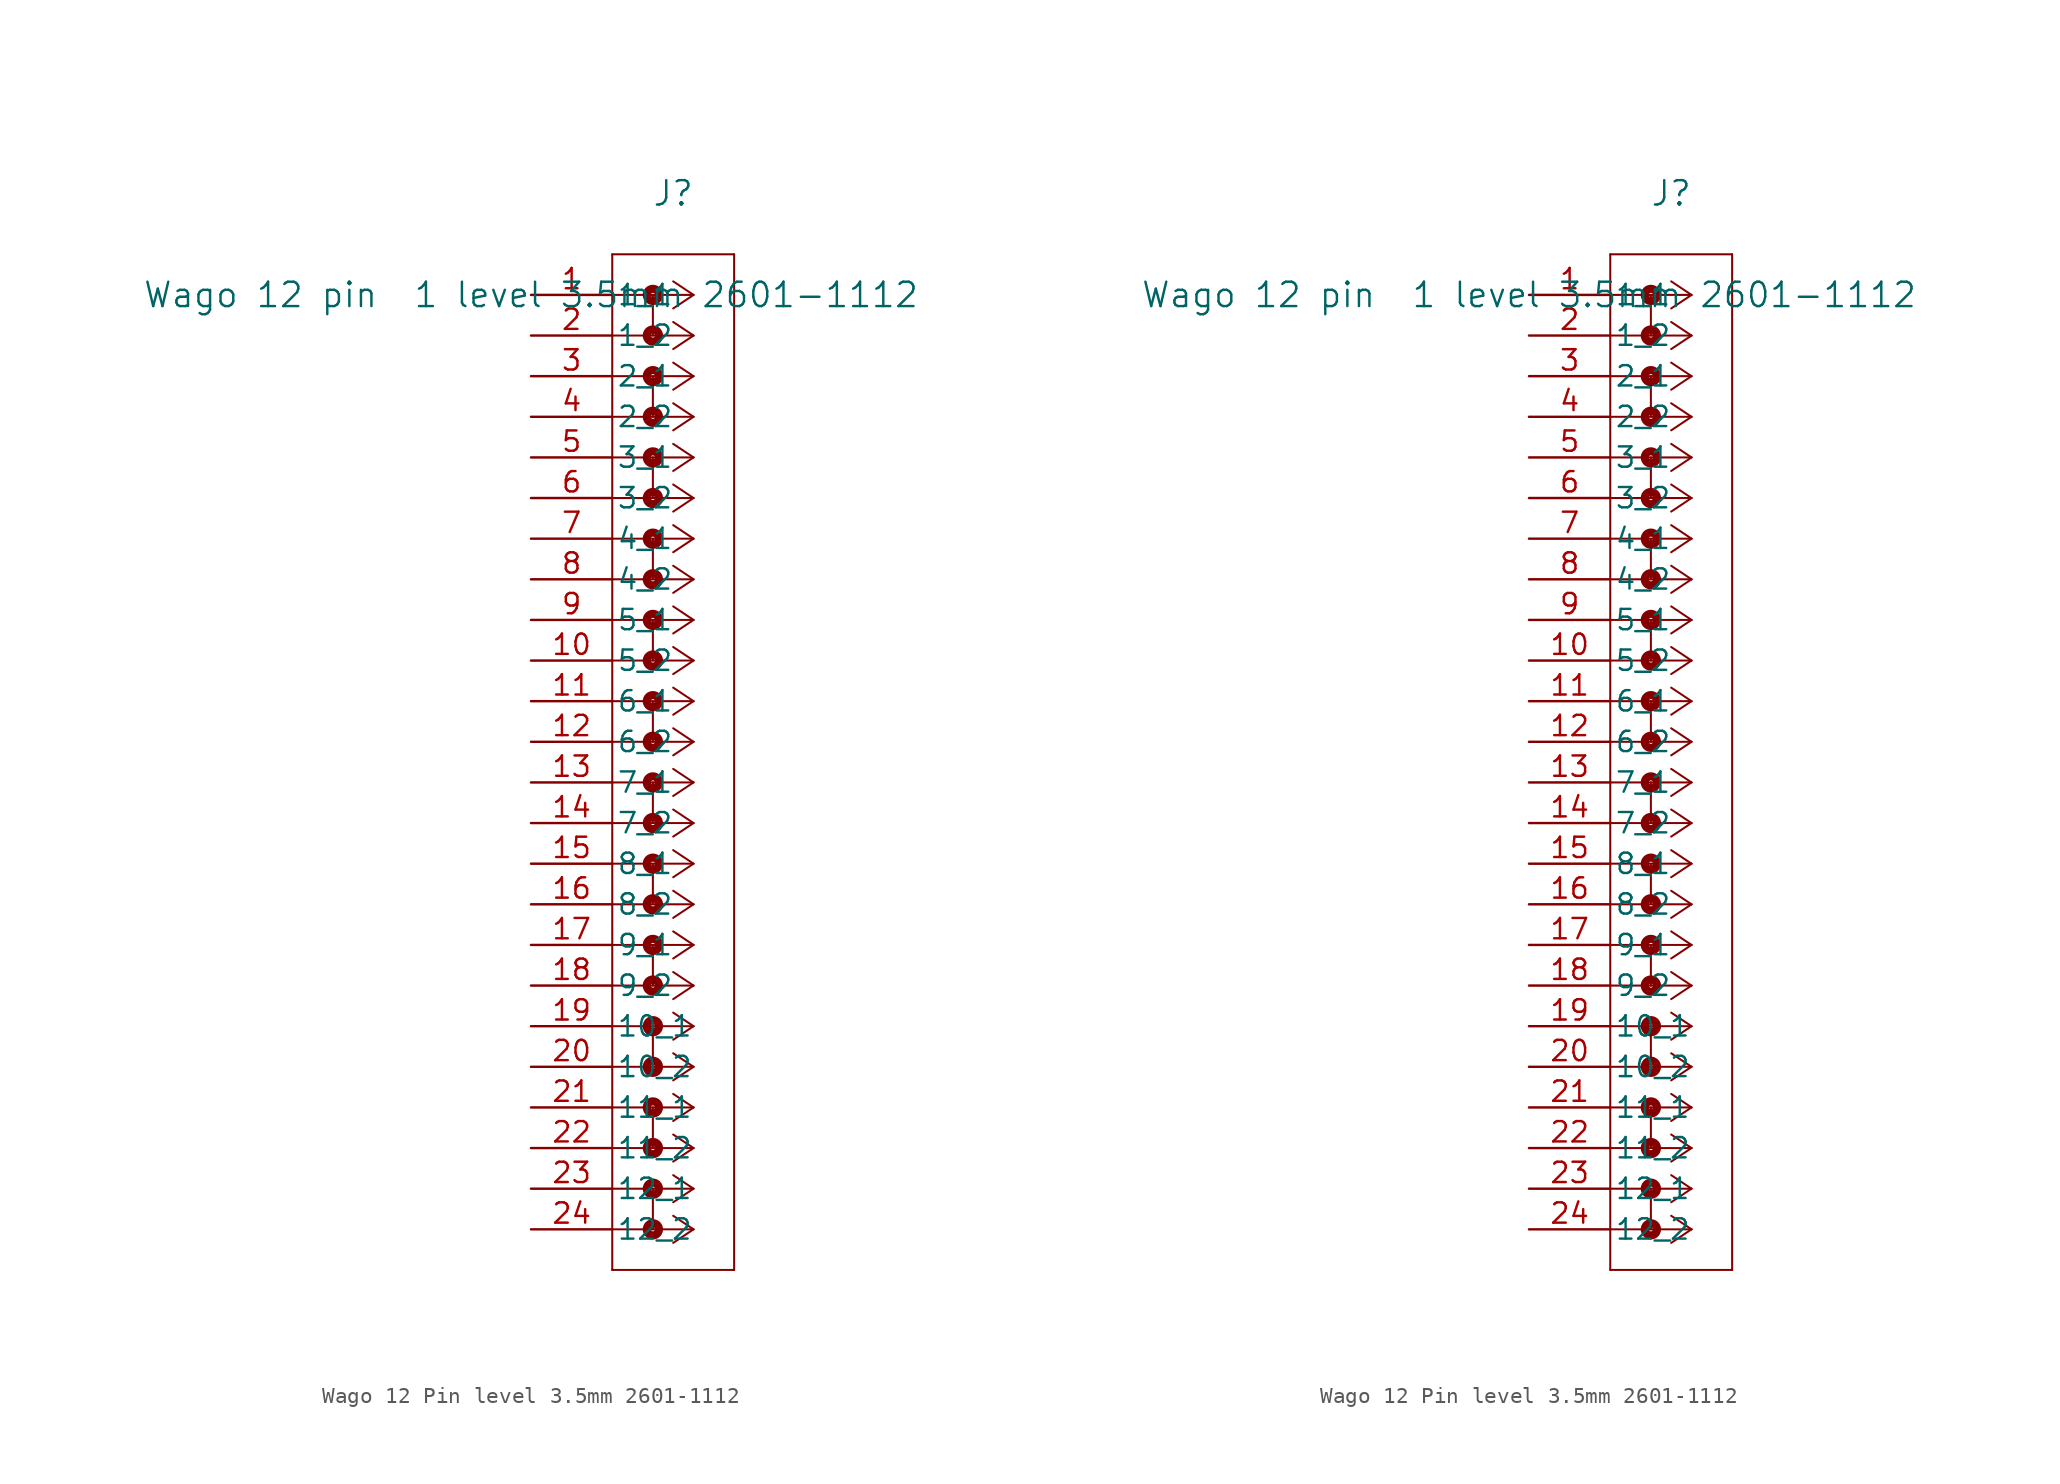
<source format=kicad_sym>
(kicad_symbol_lib
  (version 20241209)
  (generator "kicad_symbol_editor")
  (generator_version "9.0")
  (symbol "Wago 12 Pin level 3.5mm 2601-1112"
    (pin_names
      (offset 0.254))
    (property "Reference" "J"
      (at 8.89 6.35 0)
      (effects (font (size 1.524 1.524))))
    (property "Value" "Wago 12 pin  1 level 3.5mm 2601-1112"
      (at 0 0 0)
      (effects (font (size 1.524 1.524))))
    (symbol "Wago 12 Pin level 3.5mm 2601-1112_1_1"
      (polyline (pts (xy 5.08 2.54) (xy 5.08 -60.96)) (stroke (width 0.127) (type default)) (fill (type none)))
      (polyline (pts (xy 5.08 -60.96) (xy 12.7 -60.96)) (stroke (width 0.127) (type default)) (fill (type none)))
      (polyline (pts (xy 7.62 0) (xy 7.62 -2.54)) (stroke (width 0.127) (type default)) (fill (type none)))
      (circle (center 7.62 0) (radius 0.127) (stroke (width 0.508) (type default)) (fill (type none)))
      (circle (center 7.62 -2.54) (radius 0.127) (stroke (width 0.508) (type default)) (fill (type none)))
      (polyline (pts (xy 7.62 -5.08) (xy 7.62 -7.62)) (stroke (width 0.127) (type default)) (fill (type none)))
      (circle (center 7.62 -5.08) (radius 0.127) (stroke (width 0.508) (type default)) (fill (type none)))
      (circle (center 7.62 -7.62) (radius 0.127) (stroke (width 0.508) (type default)) (fill (type none)))
      (polyline (pts (xy 7.62 -10.16) (xy 7.62 -12.7)) (stroke (width 0.127) (type default)) (fill (type none)))
      (circle (center 7.62 -10.16) (radius 0.127) (stroke (width 0.508) (type default)) (fill (type none)))
      (circle (center 7.62 -12.7) (radius 0.127) (stroke (width 0.508) (type default)) (fill (type none)))
      (polyline (pts (xy 7.62 -15.24) (xy 7.62 -17.78)) (stroke (width 0.127) (type default)) (fill (type none)))
      (circle (center 7.62 -15.24) (radius 0.127) (stroke (width 0.508) (type default)) (fill (type none)))
      (circle (center 7.62 -17.78) (radius 0.127) (stroke (width 0.508) (type default)) (fill (type none)))
      (polyline (pts (xy 7.62 -20.32) (xy 7.62 -22.86)) (stroke (width 0.127) (type default)) (fill (type none)))
      (circle (center 7.62 -20.32) (radius 0.127) (stroke (width 0.508) (type default)) (fill (type none)))
      (circle (center 7.62 -22.86) (radius 0.127) (stroke (width 0.508) (type default)) (fill (type none)))
      (polyline (pts (xy 7.62 -25.4) (xy 7.62 -27.94)) (stroke (width 0.127) (type default)) (fill (type none)))
      (circle (center 7.62 -25.4) (radius 0.127) (stroke (width 0.508) (type default)) (fill (type none)))
      (circle (center 7.62 -27.94) (radius 0.127) (stroke (width 0.508) (type default)) (fill (type none)))
      (polyline (pts (xy 7.62 -30.48) (xy 7.62 -33.02)) (stroke (width 0.127) (type default)) (fill (type none)))
      (circle (center 7.62 -30.48) (radius 0.127) (stroke (width 0.508) (type default)) (fill (type none)))
      (circle (center 7.62 -33.02) (radius 0.127) (stroke (width 0.508) (type default)) (fill (type none)))
      (polyline (pts (xy 7.62 -35.56) (xy 7.62 -38.1)) (stroke (width 0.127) (type default)) (fill (type none)))
      (circle (center 7.62 -35.56) (radius 0.127) (stroke (width 0.508) (type default)) (fill (type none)))
      (circle (center 7.62 -38.1) (radius 0.127) (stroke (width 0.508) (type default)) (fill (type none)))
      (polyline (pts (xy 7.62 -40.64) (xy 7.62 -43.18)) (stroke (width 0.127) (type default)) (fill (type none)))
      (circle (center 7.62 -40.64) (radius 0.127) (stroke (width 0.508) (type default)) (fill (type none)))
      (circle (center 7.62 -43.18) (radius 0.127) (stroke (width 0.508) (type default)) (fill (type none)))
      (polyline (pts (xy 7.62 -45.72) (xy 7.62 -48.26)) (stroke (width 0.127) (type default)) (fill (type none)))
      (circle (center 7.62 -45.72) (radius 0.127) (stroke (width 0.508) (type default)) (fill (type none)))
      (circle (center 7.62 -48.26) (radius 0.127) (stroke (width 0.508) (type default)) (fill (type none)))
      (polyline (pts (xy 7.62 -50.8) (xy 7.62 -53.34)) (stroke (width 0.127) (type default)) (fill (type none)))
      (circle (center 7.62 -50.8) (radius 0.127) (stroke (width 0.508) (type default)) (fill (type none)))
      (circle (center 7.62 -53.34) (radius 0.127) (stroke (width 0.508) (type default)) (fill (type none)))
      (polyline (pts (xy 7.62 -55.88) (xy 7.62 -58.42)) (stroke (width 0.127) (type default)) (fill (type none)))
      (circle (center 7.62 -55.88) (radius 0.127) (stroke (width 0.508) (type default)) (fill (type none)))
      (circle (center 7.62 -58.42) (radius 0.127) (stroke (width 0.508) (type default)) (fill (type none)))
      (polyline (pts (xy 10.16 0) (xy 5.08 0)) (stroke (width 0.127) (type default)) (fill (type none)))
      (polyline (pts (xy 10.16 0) (xy 8.89 0.847)) (stroke (width 0.127) (type default)) (fill (type none)))
      (polyline (pts (xy 10.16 0) (xy 8.89 -0.847)) (stroke (width 0.127) (type default)) (fill (type none)))
      (polyline (pts (xy 10.16 -2.54) (xy 5.08 -2.54)) (stroke (width 0.127) (type default)) (fill (type none)))
      (polyline (pts (xy 10.16 -2.54) (xy 8.89 -1.693)) (stroke (width 0.127) (type default)) (fill (type none)))
      (polyline (pts (xy 10.16 -2.54) (xy 8.89 -3.387)) (stroke (width 0.127) (type default)) (fill (type none)))
      (polyline (pts (xy 10.16 -5.08) (xy 5.08 -5.08)) (stroke (width 0.127) (type default)) (fill (type none)))
      (polyline (pts (xy 10.16 -5.08) (xy 8.89 -4.233)) (stroke (width 0.127) (type default)) (fill (type none)))
      (polyline (pts (xy 10.16 -5.08) (xy 8.89 -5.927)) (stroke (width 0.127) (type default)) (fill (type none)))
      (polyline (pts (xy 10.16 -7.62) (xy 5.08 -7.62)) (stroke (width 0.127) (type default)) (fill (type none)))
      (polyline (pts (xy 10.16 -7.62) (xy 8.89 -6.773)) (stroke (width 0.127) (type default)) (fill (type none)))
      (polyline (pts (xy 10.16 -7.62) (xy 8.89 -8.467)) (stroke (width 0.127) (type default)) (fill (type none)))
      (polyline (pts (xy 10.16 -10.16) (xy 5.08 -10.16)) (stroke (width 0.127) (type default)) (fill (type none)))
      (polyline (pts (xy 10.16 -10.16) (xy 8.89 -9.313)) (stroke (width 0.127) (type default)) (fill (type none)))
      (polyline (pts (xy 10.16 -10.16) (xy 8.89 -11.007)) (stroke (width 0.127) (type default)) (fill (type none)))
      (polyline (pts (xy 10.16 -12.7) (xy 5.08 -12.7)) (stroke (width 0.127) (type default)) (fill (type none)))
      (polyline (pts (xy 10.16 -12.7) (xy 8.89 -11.853)) (stroke (width 0.127) (type default)) (fill (type none)))
      (polyline (pts (xy 10.16 -12.7) (xy 8.89 -13.547)) (stroke (width 0.127) (type default)) (fill (type none)))
      (polyline (pts (xy 10.16 -15.24) (xy 5.08 -15.24)) (stroke (width 0.127) (type default)) (fill (type none)))
      (polyline (pts (xy 10.16 -15.24) (xy 8.89 -14.393)) (stroke (width 0.127) (type default)) (fill (type none)))
      (polyline (pts (xy 10.16 -15.24) (xy 8.89 -16.087)) (stroke (width 0.127) (type default)) (fill (type none)))
      (polyline (pts (xy 10.16 -17.78) (xy 5.08 -17.78)) (stroke (width 0.127) (type default)) (fill (type none)))
      (polyline (pts (xy 10.16 -17.78) (xy 8.89 -16.933)) (stroke (width 0.127) (type default)) (fill (type none)))
      (polyline (pts (xy 10.16 -17.78) (xy 8.89 -18.627)) (stroke (width 0.127) (type default)) (fill (type none)))
      (polyline (pts (xy 10.16 -20.32) (xy 5.08 -20.32)) (stroke (width 0.127) (type default)) (fill (type none)))
      (polyline (pts (xy 10.16 -20.32) (xy 8.89 -19.473)) (stroke (width 0.127) (type default)) (fill (type none)))
      (polyline (pts (xy 10.16 -20.32) (xy 8.89 -21.167)) (stroke (width 0.127) (type default)) (fill (type none)))
      (polyline (pts (xy 10.16 -22.86) (xy 5.08 -22.86)) (stroke (width 0.127) (type default)) (fill (type none)))
      (polyline (pts (xy 10.16 -22.86) (xy 8.89 -22.013)) (stroke (width 0.127) (type default)) (fill (type none)))
      (polyline (pts (xy 10.16 -22.86) (xy 8.89 -23.707)) (stroke (width 0.127) (type default)) (fill (type none)))
      (polyline (pts (xy 10.16 -25.4) (xy 5.08 -25.4)) (stroke (width 0.127) (type default)) (fill (type none)))
      (polyline (pts (xy 10.16 -25.4) (xy 8.89 -24.553)) (stroke (width 0.127) (type default)) (fill (type none)))
      (polyline (pts (xy 10.16 -25.4) (xy 8.89 -26.247)) (stroke (width 0.127) (type default)) (fill (type none)))
      (polyline (pts (xy 10.16 -27.94) (xy 5.08 -27.94)) (stroke (width 0.127) (type default)) (fill (type none)))
      (polyline (pts (xy 10.16 -27.94) (xy 8.89 -27.093)) (stroke (width 0.127) (type default)) (fill (type none)))
      (polyline (pts (xy 10.16 -27.94) (xy 8.89 -28.787)) (stroke (width 0.127) (type default)) (fill (type none)))
      (polyline (pts (xy 10.16 -30.48) (xy 5.08 -30.48)) (stroke (width 0.127) (type default)) (fill (type none)))
      (polyline (pts (xy 10.16 -30.48) (xy 8.89 -29.633)) (stroke (width 0.127) (type default)) (fill (type none)))
      (polyline (pts (xy 10.16 -30.48) (xy 8.89 -31.327)) (stroke (width 0.127) (type default)) (fill (type none)))
      (polyline (pts (xy 10.16 -33.02) (xy 5.08 -33.02)) (stroke (width 0.127) (type default)) (fill (type none)))
      (polyline (pts (xy 10.16 -33.02) (xy 8.89 -32.173)) (stroke (width 0.127) (type default)) (fill (type none)))
      (polyline (pts (xy 10.16 -33.02) (xy 8.89 -33.867)) (stroke (width 0.127) (type default)) (fill (type none)))
      (polyline (pts (xy 10.16 -35.56) (xy 5.08 -35.56)) (stroke (width 0.127) (type default)) (fill (type none)))
      (polyline (pts (xy 10.16 -35.56) (xy 8.89 -34.713)) (stroke (width 0.127) (type default)) (fill (type none)))
      (polyline (pts (xy 10.16 -35.56) (xy 8.89 -36.407)) (stroke (width 0.127) (type default)) (fill (type none)))
      (polyline (pts (xy 10.16 -38.1) (xy 5.08 -38.1)) (stroke (width 0.127) (type default)) (fill (type none)))
      (polyline (pts (xy 10.16 -38.1) (xy 8.89 -37.253)) (stroke (width 0.127) (type default)) (fill (type none)))
      (polyline (pts (xy 10.16 -38.1) (xy 8.89 -38.947)) (stroke (width 0.127) (type default)) (fill (type none)))
      (polyline (pts (xy 10.16 -40.64) (xy 5.08 -40.64)) (stroke (width 0.127) (type default)) (fill (type none)))
      (polyline (pts (xy 10.16 -40.64) (xy 8.89 -39.793)) (stroke (width 0.127) (type default)) (fill (type none)))
      (polyline (pts (xy 10.16 -40.64) (xy 8.89 -41.487)) (stroke (width 0.127) (type default)) (fill (type none)))
      (polyline (pts (xy 10.16 -43.18) (xy 5.08 -43.18)) (stroke (width 0.127) (type default)) (fill (type none)))
      (polyline (pts (xy 10.16 -43.18) (xy 8.89 -42.333)) (stroke (width 0.127) (type default)) (fill (type none)))
      (polyline (pts (xy 10.16 -43.18) (xy 8.89 -44.027)) (stroke (width 0.127) (type default)) (fill (type none)))
      (polyline (pts (xy 10.16 -45.72) (xy 5.08 -45.72)) (stroke (width 0.127) (type default)) (fill (type none)))
      (polyline (pts (xy 10.16 -45.72) (xy 8.89 -44.873)) (stroke (width 0.127) (type default)) (fill (type none)))
      (polyline (pts (xy 10.16 -45.72) (xy 8.89 -46.567)) (stroke (width 0.127) (type default)) (fill (type none)))
      (polyline (pts (xy 10.16 -48.26) (xy 5.08 -48.26)) (stroke (width 0.127) (type default)) (fill (type none)))
      (polyline (pts (xy 10.16 -48.26) (xy 8.89 -47.413)) (stroke (width 0.127) (type default)) (fill (type none)))
      (polyline (pts (xy 10.16 -48.26) (xy 8.89 -49.107)) (stroke (width 0.127) (type default)) (fill (type none)))
      (polyline (pts (xy 10.16 -50.8) (xy 5.08 -50.8)) (stroke (width 0.127) (type default)) (fill (type none)))
      (polyline (pts (xy 10.16 -50.8) (xy 8.89 -49.953)) (stroke (width 0.127) (type default)) (fill (type none)))
      (polyline (pts (xy 10.16 -50.8) (xy 8.89 -51.647)) (stroke (width 0.127) (type default)) (fill (type none)))
      (polyline (pts (xy 10.16 -53.34) (xy 5.08 -53.34)) (stroke (width 0.127) (type default)) (fill (type none)))
      (polyline (pts (xy 10.16 -53.34) (xy 8.89 -52.493)) (stroke (width 0.127) (type default)) (fill (type none)))
      (polyline (pts (xy 10.16 -53.34) (xy 8.89 -54.187)) (stroke (width 0.127) (type default)) (fill (type none)))
      (polyline (pts (xy 10.16 -55.88) (xy 5.08 -55.88)) (stroke (width 0.127) (type default)) (fill (type none)))
      (polyline (pts (xy 10.16 -55.88) (xy 8.89 -55.033)) (stroke (width 0.127) (type default)) (fill (type none)))
      (polyline (pts (xy 10.16 -55.88) (xy 8.89 -56.727)) (stroke (width 0.127) (type default)) (fill (type none)))
      (polyline (pts (xy 10.16 -58.42) (xy 5.08 -58.42)) (stroke (width 0.127) (type default)) (fill (type none)))
      (polyline (pts (xy 10.16 -58.42) (xy 8.89 -57.573)) (stroke (width 0.127) (type default)) (fill (type none)))
      (polyline (pts (xy 10.16 -58.42) (xy 8.89 -59.267)) (stroke (width 0.127) (type default)) (fill (type none)))
      (polyline (pts (xy 12.7 2.54) (xy 5.08 2.54)) (stroke (width 0.127) (type default)) (fill (type none)))
      (polyline (pts (xy 12.7 -60.96) (xy 12.7 2.54)) (stroke (width 0.127) (type default)) (fill (type none)))
      (pin passive line (at 0 0 0) (length 5.08) (name "1_1" (effects (font (size 1.27 1.27)))) (number "1" (effects (font (size 1.27 1.27)))))
      (pin passive line (at 0 -2.54 0) (length 5.08) (name "1_2" (effects (font (size 1.27 1.27)))) (number "2" (effects (font (size 1.27 1.27)))))
      (pin passive line (at 0 -5.08 0) (length 5.08) (name "2_1" (effects (font (size 1.27 1.27)))) (number "3" (effects (font (size 1.27 1.27)))))
      (pin passive line (at 0 -7.62 0) (length 5.08) (name "2_2" (effects (font (size 1.27 1.27)))) (number "4" (effects (font (size 1.27 1.27)))))
      (pin passive line (at 0 -10.16 0) (length 5.08) (name "3_1" (effects (font (size 1.27 1.27)))) (number "5" (effects (font (size 1.27 1.27)))))
      (pin passive line (at 0 -12.7 0) (length 5.08) (name "3_2" (effects (font (size 1.27 1.27)))) (number "6" (effects (font (size 1.27 1.27)))))
      (pin passive line (at 0 -15.24 0) (length 5.08) (name "4_1" (effects (font (size 1.27 1.27)))) (number "7" (effects (font (size 1.27 1.27)))))
      (pin passive line (at 0 -17.78 0) (length 5.08) (name "4_2" (effects (font (size 1.27 1.27)))) (number "8" (effects (font (size 1.27 1.27)))))
      (pin passive line (at 0 -20.32 0) (length 5.08) (name "5_1" (effects (font (size 1.27 1.27)))) (number "9" (effects (font (size 1.27 1.27)))))
      (pin passive line (at 0 -22.86 0) (length 5.08) (name "5_2" (effects (font (size 1.27 1.27)))) (number "10" (effects (font (size 1.27 1.27)))))
      (pin passive line (at 0 -25.4 0) (length 5.08) (name "6_1" (effects (font (size 1.27 1.27)))) (number "11" (effects (font (size 1.27 1.27)))))
      (pin passive line (at 0 -27.94 0) (length 5.08) (name "6_2" (effects (font (size 1.27 1.27)))) (number "12" (effects (font (size 1.27 1.27)))))
      (pin passive line (at 0 -30.48 0) (length 5.08) (name "7_1" (effects (font (size 1.27 1.27)))) (number "13" (effects (font (size 1.27 1.27)))))
      (pin passive line (at 0 -33.02 0) (length 5.08) (name "7_2" (effects (font (size 1.27 1.27)))) (number "14" (effects (font (size 1.27 1.27)))))
      (pin passive line (at 0 -35.56 0) (length 5.08) (name "8_1" (effects (font (size 1.27 1.27)))) (number "15" (effects (font (size 1.27 1.27)))))
      (pin passive line (at 0 -38.1 0) (length 5.08) (name "8_2" (effects (font (size 1.27 1.27)))) (number "16" (effects (font (size 1.27 1.27)))))
      (pin passive line (at 0 -40.64 0) (length 5.08) (name "9_1" (effects (font (size 1.27 1.27)))) (number "17" (effects (font (size 1.27 1.27)))))
      (pin passive line (at 0 -43.18 0) (length 5.08) (name "9_2" (effects (font (size 1.27 1.27)))) (number "18" (effects (font (size 1.27 1.27)))))
      (pin passive line (at 0 -45.72 0) (length 5.08) (name "10_1" (effects (font (size 1.27 1.27)))) (number "19" (effects (font (size 1.27 1.27)))))
      (pin passive line (at 0 -48.26 0) (length 5.08) (name "10_2" (effects (font (size 1.27 1.27)))) (number "20" (effects (font (size 1.27 1.27)))))
      (pin passive line (at 0 -50.8 0) (length 5.08) (name "11_1" (effects (font (size 1.27 1.27)))) (number "21" (effects (font (size 1.27 1.27)))))
      (pin passive line (at 0 -53.34 0) (length 5.08) (name "11_2" (effects (font (size 1.27 1.27)))) (number "22" (effects (font (size 1.27 1.27)))))
      (pin passive line (at 0 -55.88 0) (length 5.08) (name "12_1" (effects (font (size 1.27 1.27)))) (number "23" (effects (font (size 1.27 1.27)))))
      (pin passive line (at 0 -58.42 0) (length 5.08) (name "12_2" (effects (font (size 1.27 1.27)))) (number "24" (effects (font (size 1.27 1.27))))))
    (symbol "Wago 12 Pin level 3.5mm 2601-1112_1_2"
      (polyline (pts (xy 5.08 2.54) (xy 5.08 -60.96)) (stroke (width 0.127) (type default)) (fill (type none)))
      (polyline (pts (xy 5.08 -60.96) (xy 12.7 -60.96)) (stroke (width 0.127) (type default)) (fill (type none)))
      (polyline (pts (xy 7.62 0) (xy 7.62 -2.54)) (stroke (width 0.127) (type default)) (fill (type none)))
      (circle (center 7.62 0) (radius 0.127) (stroke (width 0.508) (type default)) (fill (type none)))
      (circle (center 7.62 -2.54) (radius 0.127) (stroke (width 0.508) (type default)) (fill (type none)))
      (polyline (pts (xy 7.62 -5.08) (xy 7.62 -7.62)) (stroke (width 0.127) (type default)) (fill (type none)))
      (circle (center 7.62 -5.08) (radius 0.127) (stroke (width 0.508) (type default)) (fill (type none)))
      (circle (center 7.62 -7.62) (radius 0.127) (stroke (width 0.508) (type default)) (fill (type none)))
      (polyline (pts (xy 7.62 -10.16) (xy 7.62 -12.7)) (stroke (width 0.127) (type default)) (fill (type none)))
      (circle (center 7.62 -10.16) (radius 0.127) (stroke (width 0.508) (type default)) (fill (type none)))
      (circle (center 7.62 -12.7) (radius 0.127) (stroke (width 0.508) (type default)) (fill (type none)))
      (polyline (pts (xy 7.62 -15.24) (xy 7.62 -17.78)) (stroke (width 0.127) (type default)) (fill (type none)))
      (circle (center 7.62 -15.24) (radius 0.127) (stroke (width 0.508) (type default)) (fill (type none)))
      (circle (center 7.62 -17.78) (radius 0.127) (stroke (width 0.508) (type default)) (fill (type none)))
      (polyline (pts (xy 7.62 -20.32) (xy 7.62 -22.86)) (stroke (width 0.127) (type default)) (fill (type none)))
      (circle (center 7.62 -20.32) (radius 0.127) (stroke (width 0.508) (type default)) (fill (type none)))
      (circle (center 7.62 -22.86) (radius 0.127) (stroke (width 0.508) (type default)) (fill (type none)))
      (polyline (pts (xy 7.62 -25.4) (xy 7.62 -27.94)) (stroke (width 0.127) (type default)) (fill (type none)))
      (circle (center 7.62 -25.4) (radius 0.127) (stroke (width 0.508) (type default)) (fill (type none)))
      (circle (center 7.62 -27.94) (radius 0.127) (stroke (width 0.508) (type default)) (fill (type none)))
      (polyline (pts (xy 7.62 -30.48) (xy 7.62 -33.02)) (stroke (width 0.127) (type default)) (fill (type none)))
      (circle (center 7.62 -30.48) (radius 0.127) (stroke (width 0.508) (type default)) (fill (type none)))
      (circle (center 7.62 -33.02) (radius 0.127) (stroke (width 0.508) (type default)) (fill (type none)))
      (polyline (pts (xy 7.62 -35.56) (xy 7.62 -38.1)) (stroke (width 0.127) (type default)) (fill (type none)))
      (circle (center 7.62 -35.56) (radius 0.127) (stroke (width 0.508) (type default)) (fill (type none)))
      (circle (center 7.62 -38.1) (radius 0.127) (stroke (width 0.508) (type default)) (fill (type none)))
      (polyline (pts (xy 7.62 -40.64) (xy 7.62 -43.18)) (stroke (width 0.127) (type default)) (fill (type none)))
      (circle (center 7.62 -40.64) (radius 0.127) (stroke (width 0.508) (type default)) (fill (type none)))
      (circle (center 7.62 -43.18) (radius 0.127) (stroke (width 0.508) (type default)) (fill (type none)))
      (polyline (pts (xy 7.62 -45.72) (xy 7.62 -48.26)) (stroke (width 0.127) (type default)) (fill (type none)))
      (circle (center 7.62 -45.72) (radius 0.127) (stroke (width 0.508) (type default)) (fill (type none)))
      (circle (center 7.62 -48.26) (radius 0.127) (stroke (width 0.508) (type default)) (fill (type none)))
      (polyline (pts (xy 7.62 -50.8) (xy 7.62 -53.34)) (stroke (width 0.127) (type default)) (fill (type none)))
      (circle (center 7.62 -50.8) (radius 0.127) (stroke (width 0.508) (type default)) (fill (type none)))
      (circle (center 7.62 -53.34) (radius 0.127) (stroke (width 0.508) (type default)) (fill (type none)))
      (polyline (pts (xy 7.62 -55.88) (xy 7.62 -58.42)) (stroke (width 0.127) (type default)) (fill (type none)))
      (circle (center 7.62 -55.88) (radius 0.127) (stroke (width 0.508) (type default)) (fill (type none)))
      (circle (center 7.62 -58.42) (radius 0.127) (stroke (width 0.508) (type default)) (fill (type none)))
      (polyline (pts (xy 10.16 0) (xy 5.08 0)) (stroke (width 0.127) (type default)) (fill (type none)))
      (polyline (pts (xy 10.16 0) (xy 8.89 0.847)) (stroke (width 0.127) (type default)) (fill (type none)))
      (polyline (pts (xy 10.16 0) (xy 8.89 -0.847)) (stroke (width 0.127) (type default)) (fill (type none)))
      (polyline (pts (xy 10.16 -2.54) (xy 5.08 -2.54)) (stroke (width 0.127) (type default)) (fill (type none)))
      (polyline (pts (xy 10.16 -2.54) (xy 8.89 -1.693)) (stroke (width 0.127) (type default)) (fill (type none)))
      (polyline (pts (xy 10.16 -2.54) (xy 8.89 -3.387)) (stroke (width 0.127) (type default)) (fill (type none)))
      (polyline (pts (xy 10.16 -5.08) (xy 5.08 -5.08)) (stroke (width 0.127) (type default)) (fill (type none)))
      (polyline (pts (xy 10.16 -5.08) (xy 8.89 -4.233)) (stroke (width 0.127) (type default)) (fill (type none)))
      (polyline (pts (xy 10.16 -5.08) (xy 8.89 -5.927)) (stroke (width 0.127) (type default)) (fill (type none)))
      (polyline (pts (xy 10.16 -7.62) (xy 5.08 -7.62)) (stroke (width 0.127) (type default)) (fill (type none)))
      (polyline (pts (xy 10.16 -7.62) (xy 8.89 -6.773)) (stroke (width 0.127) (type default)) (fill (type none)))
      (polyline (pts (xy 10.16 -7.62) (xy 8.89 -8.467)) (stroke (width 0.127) (type default)) (fill (type none)))
      (polyline (pts (xy 10.16 -10.16) (xy 5.08 -10.16)) (stroke (width 0.127) (type default)) (fill (type none)))
      (polyline (pts (xy 10.16 -10.16) (xy 8.89 -9.313)) (stroke (width 0.127) (type default)) (fill (type none)))
      (polyline (pts (xy 10.16 -10.16) (xy 8.89 -11.007)) (stroke (width 0.127) (type default)) (fill (type none)))
      (polyline (pts (xy 10.16 -12.7) (xy 5.08 -12.7)) (stroke (width 0.127) (type default)) (fill (type none)))
      (polyline (pts (xy 10.16 -12.7) (xy 8.89 -11.853)) (stroke (width 0.127) (type default)) (fill (type none)))
      (polyline (pts (xy 10.16 -12.7) (xy 8.89 -13.547)) (stroke (width 0.127) (type default)) (fill (type none)))
      (polyline (pts (xy 10.16 -15.24) (xy 5.08 -15.24)) (stroke (width 0.127) (type default)) (fill (type none)))
      (polyline (pts (xy 10.16 -15.24) (xy 8.89 -14.393)) (stroke (width 0.127) (type default)) (fill (type none)))
      (polyline (pts (xy 10.16 -15.24) (xy 8.89 -16.087)) (stroke (width 0.127) (type default)) (fill (type none)))
      (polyline (pts (xy 10.16 -17.78) (xy 5.08 -17.78)) (stroke (width 0.127) (type default)) (fill (type none)))
      (polyline (pts (xy 10.16 -17.78) (xy 8.89 -16.933)) (stroke (width 0.127) (type default)) (fill (type none)))
      (polyline (pts (xy 10.16 -17.78) (xy 8.89 -18.627)) (stroke (width 0.127) (type default)) (fill (type none)))
      (polyline (pts (xy 10.16 -20.32) (xy 5.08 -20.32)) (stroke (width 0.127) (type default)) (fill (type none)))
      (polyline (pts (xy 10.16 -20.32) (xy 8.89 -19.473)) (stroke (width 0.127) (type default)) (fill (type none)))
      (polyline (pts (xy 10.16 -20.32) (xy 8.89 -21.167)) (stroke (width 0.127) (type default)) (fill (type none)))
      (polyline (pts (xy 10.16 -22.86) (xy 5.08 -22.86)) (stroke (width 0.127) (type default)) (fill (type none)))
      (polyline (pts (xy 10.16 -22.86) (xy 8.89 -22.013)) (stroke (width 0.127) (type default)) (fill (type none)))
      (polyline (pts (xy 10.16 -22.86) (xy 8.89 -23.707)) (stroke (width 0.127) (type default)) (fill (type none)))
      (polyline (pts (xy 10.16 -25.4) (xy 5.08 -25.4)) (stroke (width 0.127) (type default)) (fill (type none)))
      (polyline (pts (xy 10.16 -25.4) (xy 8.89 -24.553)) (stroke (width 0.127) (type default)) (fill (type none)))
      (polyline (pts (xy 10.16 -25.4) (xy 8.89 -26.247)) (stroke (width 0.127) (type default)) (fill (type none)))
      (polyline (pts (xy 10.16 -27.94) (xy 5.08 -27.94)) (stroke (width 0.127) (type default)) (fill (type none)))
      (polyline (pts (xy 10.16 -27.94) (xy 8.89 -27.093)) (stroke (width 0.127) (type default)) (fill (type none)))
      (polyline (pts (xy 10.16 -27.94) (xy 8.89 -28.787)) (stroke (width 0.127) (type default)) (fill (type none)))
      (polyline (pts (xy 10.16 -30.48) (xy 5.08 -30.48)) (stroke (width 0.127) (type default)) (fill (type none)))
      (polyline (pts (xy 10.16 -30.48) (xy 8.89 -29.633)) (stroke (width 0.127) (type default)) (fill (type none)))
      (polyline (pts (xy 10.16 -30.48) (xy 8.89 -31.327)) (stroke (width 0.127) (type default)) (fill (type none)))
      (polyline (pts (xy 10.16 -33.02) (xy 5.08 -33.02)) (stroke (width 0.127) (type default)) (fill (type none)))
      (polyline (pts (xy 10.16 -33.02) (xy 8.89 -32.173)) (stroke (width 0.127) (type default)) (fill (type none)))
      (polyline (pts (xy 10.16 -33.02) (xy 8.89 -33.867)) (stroke (width 0.127) (type default)) (fill (type none)))
      (polyline (pts (xy 10.16 -35.56) (xy 5.08 -35.56)) (stroke (width 0.127) (type default)) (fill (type none)))
      (polyline (pts (xy 10.16 -35.56) (xy 8.89 -34.713)) (stroke (width 0.127) (type default)) (fill (type none)))
      (polyline (pts (xy 10.16 -35.56) (xy 8.89 -36.407)) (stroke (width 0.127) (type default)) (fill (type none)))
      (polyline (pts (xy 10.16 -38.1) (xy 5.08 -38.1)) (stroke (width 0.127) (type default)) (fill (type none)))
      (polyline (pts (xy 10.16 -38.1) (xy 8.89 -37.253)) (stroke (width 0.127) (type default)) (fill (type none)))
      (polyline (pts (xy 10.16 -38.1) (xy 8.89 -38.947)) (stroke (width 0.127) (type default)) (fill (type none)))
      (polyline (pts (xy 10.16 -40.64) (xy 5.08 -40.64)) (stroke (width 0.127) (type default)) (fill (type none)))
      (polyline (pts (xy 10.16 -40.64) (xy 8.89 -39.793)) (stroke (width 0.127) (type default)) (fill (type none)))
      (polyline (pts (xy 10.16 -40.64) (xy 8.89 -41.487)) (stroke (width 0.127) (type default)) (fill (type none)))
      (polyline (pts (xy 10.16 -43.18) (xy 5.08 -43.18)) (stroke (width 0.127) (type default)) (fill (type none)))
      (polyline (pts (xy 10.16 -43.18) (xy 8.89 -42.333)) (stroke (width 0.127) (type default)) (fill (type none)))
      (polyline (pts (xy 10.16 -43.18) (xy 8.89 -44.027)) (stroke (width 0.127) (type default)) (fill (type none)))
      (polyline (pts (xy 10.16 -45.72) (xy 5.08 -45.72)) (stroke (width 0.127) (type default)) (fill (type none)))
      (polyline (pts (xy 10.16 -45.72) (xy 8.89 -44.873)) (stroke (width 0.127) (type default)) (fill (type none)))
      (polyline (pts (xy 10.16 -45.72) (xy 8.89 -46.567)) (stroke (width 0.127) (type default)) (fill (type none)))
      (polyline (pts (xy 10.16 -48.26) (xy 5.08 -48.26)) (stroke (width 0.127) (type default)) (fill (type none)))
      (polyline (pts (xy 10.16 -48.26) (xy 8.89 -47.413)) (stroke (width 0.127) (type default)) (fill (type none)))
      (polyline (pts (xy 10.16 -48.26) (xy 8.89 -49.107)) (stroke (width 0.127) (type default)) (fill (type none)))
      (polyline (pts (xy 10.16 -50.8) (xy 5.08 -50.8)) (stroke (width 0.127) (type default)) (fill (type none)))
      (polyline (pts (xy 10.16 -50.8) (xy 8.89 -49.953)) (stroke (width 0.127) (type default)) (fill (type none)))
      (polyline (pts (xy 10.16 -50.8) (xy 8.89 -51.647)) (stroke (width 0.127) (type default)) (fill (type none)))
      (polyline (pts (xy 10.16 -53.34) (xy 5.08 -53.34)) (stroke (width 0.127) (type default)) (fill (type none)))
      (polyline (pts (xy 10.16 -53.34) (xy 8.89 -52.493)) (stroke (width 0.127) (type default)) (fill (type none)))
      (polyline (pts (xy 10.16 -53.34) (xy 8.89 -54.187)) (stroke (width 0.127) (type default)) (fill (type none)))
      (polyline (pts (xy 10.16 -55.88) (xy 5.08 -55.88)) (stroke (width 0.127) (type default)) (fill (type none)))
      (polyline (pts (xy 10.16 -55.88) (xy 8.89 -55.033)) (stroke (width 0.127) (type default)) (fill (type none)))
      (polyline (pts (xy 10.16 -55.88) (xy 8.89 -56.727)) (stroke (width 0.127) (type default)) (fill (type none)))
      (polyline (pts (xy 10.16 -58.42) (xy 5.08 -58.42)) (stroke (width 0.127) (type default)) (fill (type none)))
      (polyline (pts (xy 10.16 -58.42) (xy 8.89 -57.573)) (stroke (width 0.127) (type default)) (fill (type none)))
      (polyline (pts (xy 10.16 -58.42) (xy 8.89 -59.267)) (stroke (width 0.127) (type default)) (fill (type none)))
      (polyline (pts (xy 12.7 2.54) (xy 5.08 2.54)) (stroke (width 0.127) (type default)) (fill (type none)))
      (polyline (pts (xy 12.7 -60.96) (xy 12.7 2.54)) (stroke (width 0.127) (type default)) (fill (type none)))
      (pin unspecified line (at 0 0 0) (length 5.08) (name "1_1" (effects (font (size 1.27 1.27)))) (number "1" (effects (font (size 1.27 1.27)))))
      (pin unspecified line (at 0 -2.54 0) (length 5.08) (name "1_2" (effects (font (size 1.27 1.27)))) (number "2" (effects (font (size 1.27 1.27)))))
      (pin unspecified line (at 0 -5.08 0) (length 5.08) (name "2_1" (effects (font (size 1.27 1.27)))) (number "3" (effects (font (size 1.27 1.27)))))
      (pin unspecified line (at 0 -7.62 0) (length 5.08) (name "2_2" (effects (font (size 1.27 1.27)))) (number "4" (effects (font (size 1.27 1.27)))))
      (pin unspecified line (at 0 -10.16 0) (length 5.08) (name "3_1" (effects (font (size 1.27 1.27)))) (number "5" (effects (font (size 1.27 1.27)))))
      (pin unspecified line (at 0 -12.7 0) (length 5.08) (name "3_2" (effects (font (size 1.27 1.27)))) (number "6" (effects (font (size 1.27 1.27)))))
      (pin unspecified line (at 0 -15.24 0) (length 5.08) (name "4_1" (effects (font (size 1.27 1.27)))) (number "7" (effects (font (size 1.27 1.27)))))
      (pin unspecified line (at 0 -17.78 0) (length 5.08) (name "4_2" (effects (font (size 1.27 1.27)))) (number "8" (effects (font (size 1.27 1.27)))))
      (pin unspecified line (at 0 -20.32 0) (length 5.08) (name "5_1" (effects (font (size 1.27 1.27)))) (number "9" (effects (font (size 1.27 1.27)))))
      (pin unspecified line (at 0 -22.86 0) (length 5.08) (name "5_2" (effects (font (size 1.27 1.27)))) (number "10" (effects (font (size 1.27 1.27)))))
      (pin unspecified line (at 0 -25.4 0) (length 5.08) (name "6_1" (effects (font (size 1.27 1.27)))) (number "11" (effects (font (size 1.27 1.27)))))
      (pin unspecified line (at 0 -27.94 0) (length 5.08) (name "6_2" (effects (font (size 1.27 1.27)))) (number "12" (effects (font (size 1.27 1.27)))))
      (pin unspecified line (at 0 -30.48 0) (length 5.08) (name "7_1" (effects (font (size 1.27 1.27)))) (number "13" (effects (font (size 1.27 1.27)))))
      (pin unspecified line (at 0 -33.02 0) (length 5.08) (name "7_2" (effects (font (size 1.27 1.27)))) (number "14" (effects (font (size 1.27 1.27)))))
      (pin unspecified line (at 0 -35.56 0) (length 5.08) (name "8_1" (effects (font (size 1.27 1.27)))) (number "15" (effects (font (size 1.27 1.27)))))
      (pin unspecified line (at 0 -38.1 0) (length 5.08) (name "8_2" (effects (font (size 1.27 1.27)))) (number "16" (effects (font (size 1.27 1.27)))))
      (pin unspecified line (at 0 -40.64 0) (length 5.08) (name "9_1" (effects (font (size 1.27 1.27)))) (number "17" (effects (font (size 1.27 1.27)))))
      (pin unspecified line (at 0 -43.18 0) (length 5.08) (name "9_2" (effects (font (size 1.27 1.27)))) (number "18" (effects (font (size 1.27 1.27)))))
      (pin unspecified line (at 0 -45.72 0) (length 5.08) (name "10_1" (effects (font (size 1.27 1.27)))) (number "19" (effects (font (size 1.27 1.27)))))
      (pin unspecified line (at 0 -48.26 0) (length 5.08) (name "10_2" (effects (font (size 1.27 1.27)))) (number "20" (effects (font (size 1.27 1.27)))))
      (pin unspecified line (at 0 -50.8 0) (length 5.08) (name "11_1" (effects (font (size 1.27 1.27)))) (number "21" (effects (font (size 1.27 1.27)))))
      (pin unspecified line (at 0 -53.34 0) (length 5.08) (name "11_2" (effects (font (size 1.27 1.27)))) (number "22" (effects (font (size 1.27 1.27)))))
      (pin unspecified line (at 0 -55.88 0) (length 5.08) (name "12_1" (effects (font (size 1.27 1.27)))) (number "23" (effects (font (size 1.27 1.27)))))
      (pin unspecified line (at 0 -58.42 0) (length 5.08) (name "12_2" (effects (font (size 1.27 1.27)))) (number "24" (effects (font (size 1.27 1.27))))))))
</source>
